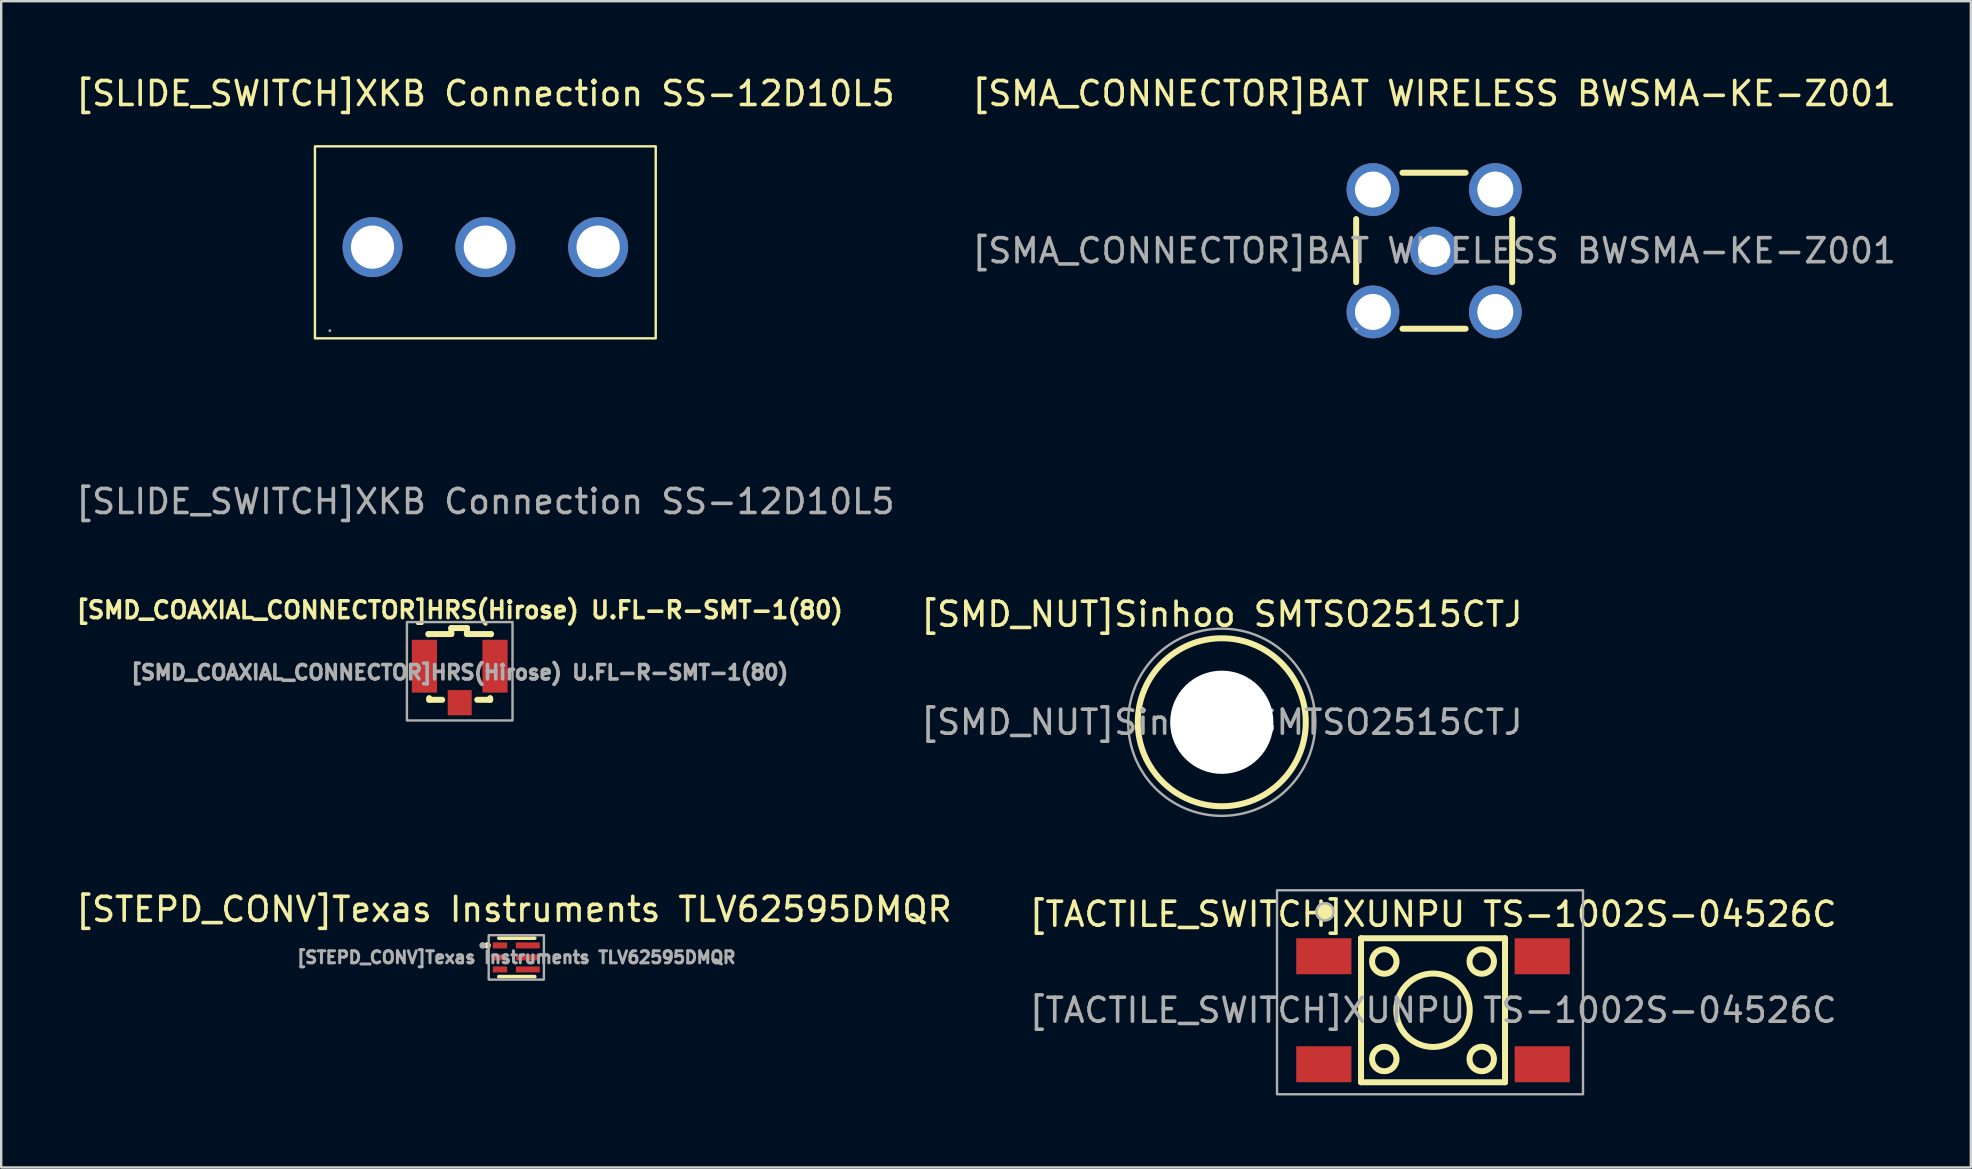
<source format=kicad_pcb>
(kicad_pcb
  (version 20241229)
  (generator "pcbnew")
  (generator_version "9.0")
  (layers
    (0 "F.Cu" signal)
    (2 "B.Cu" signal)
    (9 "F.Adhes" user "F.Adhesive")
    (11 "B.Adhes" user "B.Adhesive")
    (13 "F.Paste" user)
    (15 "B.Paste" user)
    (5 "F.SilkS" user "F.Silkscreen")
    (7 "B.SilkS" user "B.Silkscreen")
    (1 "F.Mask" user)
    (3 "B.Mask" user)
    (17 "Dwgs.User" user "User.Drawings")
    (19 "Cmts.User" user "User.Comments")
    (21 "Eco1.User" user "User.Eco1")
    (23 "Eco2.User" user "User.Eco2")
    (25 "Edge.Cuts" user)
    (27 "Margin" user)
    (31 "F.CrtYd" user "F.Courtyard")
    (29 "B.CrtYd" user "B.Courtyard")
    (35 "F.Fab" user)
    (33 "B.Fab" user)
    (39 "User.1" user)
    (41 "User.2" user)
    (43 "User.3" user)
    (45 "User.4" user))
  (footprint "[SLIDE_SWITCH]XKB Connection SS-12D10L5"
    (layer "F.Cu")
    (at 17.173 7.248)
    (property "Reference" "[SLIDE_SWITCH]XKB Connection SS-12D10L5" (at 0 -6.4 0) (layer "F.SilkS") (effects (font (size 1 1) (thickness 0.15))))
    (attr through_hole)
    (fp_rect (start -7.1 -4.2) (end 7.1 3.8) (stroke (width 0.1) (type default)) (fill no) (layer "F.SilkS"))
    (fp_circle (center -6.48 3.48) (end -6.45 3.48) (stroke (width 0.06) (type solid)) (fill no) (layer "F.Fab"))
    (fp_circle (center -4.7 0) (end -4.3 0) (stroke (width 0.8) (type solid)) (fill no) (layer "F.Fab"))
    (fp_circle (center 0 0) (end 0.4 0) (stroke (width 0.8) (type solid)) (fill no) (layer "F.Fab"))
    (fp_circle (center 4.7 0) (end 5.1 0) (stroke (width 0.8) (type solid)) (fill no) (layer "F.Fab"))
    (fp_text user "${REFERENCE}" (at 0 10.6 0) (layer "F.Fab") (effects (font (size 1 1) (thickness 0.15))))
    (pad "1" thru_hole circle (at -4.7 0) (size 2.5 2.5) (drill 1.8) (layers "*.Cu" "*.Mask"))
    (pad "2" thru_hole circle (at 0 0) (size 2.5 2.5) (drill 1.8) (layers "*.Cu" "*.Mask"))
    (pad "3" thru_hole circle (at 4.7 0) (size 2.5 2.5) (drill 1.8) (layers "*.Cu" "*.Mask")))
  (footprint "[SMA_CONNECTOR]BAT WIRELESS BWSMA-KE-Z001"
    (layer "F.Cu")
    (at 56.708 7.398)
    (property "Reference" "[SMA_CONNECTOR]BAT WIRELESS BWSMA-KE-Z001" (at 0 -6.55 0) (layer "F.SilkS") (effects (font (size 1 1) (thickness 0.15))))
    (attr through_hole)
    (fp_line (start -3.25 -1.32) (end -3.25 1.31) (stroke (width 0.25) (type solid)) (layer "F.SilkS"))
    (fp_line (start -1.32 3.25) (end 1.31 3.25) (stroke (width 0.25) (type solid)) (layer "F.SilkS"))
    (fp_line (start 1.31 -3.25) (end -1.32 -3.25) (stroke (width 0.25) (type solid)) (layer "F.SilkS"))
    (fp_line (start 3.25 1.31) (end 3.25 -1.32) (stroke (width 0.25) (type solid)) (layer "F.SilkS"))
    (fp_circle (center -3.25 3.25) (end -3.22 3.25) (stroke (width 0.06) (type solid)) (fill no) (layer "F.Fab"))
    (fp_circle (center 0 0) (end 0.21 0) (stroke (width 0.42) (type solid)) (fill no) (layer "F.Fab"))
    (fp_text user "${REFERENCE}" (at 0 0 0) (layer "F.Fab") (effects (font (size 1 1) (thickness 0.15))))
    (pad "1" thru_hole circle (at -2.55 2.55) (size 2.2 2.2) (drill 1.5) (layers "*.Cu" "*.Mask"))
    (pad "2" thru_hole circle (at -2.55 -2.55) (size 2.2 2.2) (drill 1.5) (layers "*.Cu" "*.Mask"))
    (pad "3" thru_hole circle (at 2.55 -2.55) (size 2.2 2.2) (drill 1.5) (layers "*.Cu" "*.Mask"))
    (pad "4" thru_hole circle (at 2.55 2.55) (size 2.2 2.2) (drill 1.5) (layers "*.Cu" "*.Mask"))
    (pad "5" thru_hole circle (at 0 0) (size 2 2) (drill 1.35) (layers "*.Cu" "*.Mask")))
  (footprint "[SMD_COAXIAL_CONNECTOR]HRS(Hirose) U.FL-R-SMT-1(80)"
    (layer "F.Cu")
    (at 16.105 25.469)
    (property "Reference" "[SMD_COAXIAL_CONNECTOR]HRS(Hirose) U.FL-R-SMT-1(80)" (at 0 -3.1 0) (layer "F.SilkS") (effects (font (size 0.7 0.7) (thickness 0.15))))
    (attr smd)
    (fp_line (start -1.3 -2.1) (end -0.35 -2.1) (stroke (width 0.25) (type solid)) (layer "F.SilkS"))
    (fp_line (start -1.3 -2.09) (end -1.3 -2.1) (stroke (width 0.25) (type solid)) (layer "F.SilkS"))
    (fp_line (start -1.27 0.57) (end -1.27 0.64) (stroke (width 0.25) (type solid)) (layer "F.SilkS"))
    (fp_line (start -1.27 0.64) (end -0.73 0.64) (stroke (width 0.25) (type solid)) (layer "F.SilkS"))
    (fp_line (start -0.35 -2.35) (end 0.3 -2.35) (stroke (width 0.25) (type solid)) (layer "F.SilkS"))
    (fp_line (start -0.35 -2.1) (end -0.35 -2.35) (stroke (width 0.25) (type solid)) (layer "F.SilkS"))
    (fp_line (start 0.3 -2.35) (end 0.3 -2.1) (stroke (width 0.25) (type solid)) (layer "F.SilkS"))
    (fp_line (start 0.3 -2.1) (end 1.3 -2.1) (stroke (width 0.25) (type solid)) (layer "F.SilkS"))
    (fp_line (start 0.73 0.64) (end 1.27 0.64) (stroke (width 0.25) (type solid)) (layer "F.SilkS"))
    (fp_line (start 1.27 0.64) (end 1.27 0.57) (stroke (width 0.25) (type solid)) (layer "F.SilkS"))
    (fp_line (start 1.3 -2.1) (end 1.3 -2.09) (stroke (width 0.25) (type solid)) (layer "F.SilkS"))
    (fp_rect (start -2.2 -2.6) (end 2.2 1.5) (stroke (width 0.1) (type default)) (fill no) (layer "F.Fab"))
    (fp_text user "${REFERENCE}" (at 0 -0.5 0) (layer "F.Fab") (effects (font (size 0.6 0.6) (thickness 0.15))))
    (pad "1" smd rect (at 0 0.76) (size 1 1.05) (layers "F.Cu" "F.Mask" "F.Paste"))
    (pad "2" smd rect (at -1.47 -0.76) (size 1.05 2.2) (layers "F.Cu" "F.Mask" "F.Paste"))
    (pad "2" smd rect (at 1.47 -0.76) (size 1.05 2.2) (layers "F.Cu" "F.Mask" "F.Paste")))
  (footprint "[STEPD_CONV]Texas Instruments TLV62595DMQR"
    (layer "F.Cu")
    (at 18.363 36.843)
    (property "Reference" "[STEPD_CONV]Texas Instruments TLV62595DMQR" (at 0 -2 0) (layer "F.SilkS") (effects (font (size 1 1) (thickness 0.15))))
    (attr smd)
    (fp_line (start -0.63 -0.8) (end 0.87 -0.8) (stroke (width 0.15) (type solid)) (layer "F.SilkS"))
    (fp_line (start -0.63 0.8) (end 0.87 0.8) (stroke (width 0.15) (type solid)) (layer "F.SilkS"))
    (fp_circle (center -1.1 -0.5) (end -1.03 -0.5) (stroke (width 0.14) (type solid)) (fill no) (layer "F.SilkS"))
    (fp_rect (start -1.05 -0.925) (end 1.25 0.925) (stroke (width 0.1) (type default)) (fill no) (layer "F.Fab"))
    (fp_circle (center -1.3 -0.5) (end -1.23 -0.5) (stroke (width 0.14) (type solid)) (fill no) (layer "F.Fab"))
    (fp_text user "${REFERENCE}" (at 0.1 0 0) (layer "F.Fab") (effects (font (size 0.5 0.5) (thickness 0.125))))
    (pad "1" smd rect (at -0.58 -0.5 90) (size 0.25 0.6) (layers "F.Cu" "F.Mask" "F.Paste"))
    (pad "2" smd rect (at -0.58 0 90) (size 0.25 0.6) (layers "F.Cu" "F.Mask" "F.Paste"))
    (pad "3" smd rect (at -0.58 0.5 90) (size 0.25 0.6) (layers "F.Cu" "F.Mask" "F.Paste"))
    (pad "4" smd rect (at 0.58 0.5 90) (size 0.25 1) (layers "F.Cu" "F.Mask" "F.Paste"))
    (pad "5" smd rect (at 0.58 0 90) (size 0.25 1) (layers "F.Cu" "F.Mask" "F.Paste"))
    (pad "6" smd rect (at 0.58 -0.5 90) (size 0.25 1) (layers "F.Cu" "F.Mask" "F.Paste")))
  (footprint "[SMD_NUT]Sinhoo SMTSO2515CTJ"
    (layer "F.Cu")
    (at 47.859 27.045)
    (property "Reference" "[SMD_NUT]Sinhoo SMTSO2515CTJ" (at 0 -4.5 0) (layer "F.SilkS") (effects (font (size 1 1) (thickness 0.15))))
    (attr smd)
    (fp_circle (center 0 0) (end 3.5 0) (stroke (width 0.25) (type solid)) (fill no) (layer "F.SilkS"))
    (fp_circle (center 0 0) (end 3.9 0) (stroke (width 0.1) (type solid)) (fill no) (layer "F.Fab"))
    (fp_text user "${REFERENCE}" (at 0 0 0) (layer "F.Fab") (effects (font (size 1 1) (thickness 0.15))))
    (pad "1" thru_hole circle (at 0 0) (size 6.4 6.4) (drill 4.3) (layers "*.Cu" "*.Paste" "*.Mask") (remove_unused_layers yes) (zone_layer_connections) (padstack (mode custom) (layer "B.Cu" (shape circle) (size 6.4 6.4)))))
  (footprint "[TACTILE_SWITCH]XUNPU TS-1002S-04526C"
    (layer "F.Cu")
    (at 56.661 39.045)
    (property "Reference" "[TACTILE_SWITCH]XUNPU TS-1002S-04526C" (at 0 -4 0) (layer "F.SilkS") (effects (font (size 1 1) (thickness 0.15))))
    (attr smd)
    (fp_line (start -3 -3) (end 3 -3) (stroke (width 0.25) (type solid)) (layer "F.SilkS"))
    (fp_line (start -3 3) (end -3 -3) (stroke (width 0.25) (type solid)) (layer "F.SilkS"))
    (fp_line (start 3 -3) (end 3 3) (stroke (width 0.25) (type solid)) (layer "F.SilkS"))
    (fp_line (start 3 3) (end -3 3) (stroke (width 0.25) (type solid)) (layer "F.SilkS"))
    (fp_circle (center -4.5 -4.104) (end -4.25 -3.854) (stroke (width 0.1) (type solid)) (fill yes) (layer "F.SilkS"))
    (fp_circle (center -2.03 -2.03) (end -1.52 -2.03) (stroke (width 0.25) (type solid)) (fill no) (layer "F.SilkS"))
    (fp_circle (center -2.03 2.03) (end -1.52 2.03) (stroke (width 0.25) (type solid)) (fill no) (layer "F.SilkS"))
    (fp_circle (center 0 0) (end 1.53 0) (stroke (width 0.25) (type solid)) (fill no) (layer "F.SilkS"))
    (fp_circle (center 2.03 -2.03) (end 2.54 -2.03) (stroke (width 0.25) (type solid)) (fill no) (layer "F.SilkS"))
    (fp_circle (center 2.03 2.03) (end 2.54 2.03) (stroke (width 0.25) (type solid)) (fill no) (layer "F.SilkS"))
    (fp_rect (start -6.5 -5) (end 6.25 3.5) (stroke (width 0.1) (type solid)) (fill no) (layer "F.Fab"))
    (fp_circle (center -4.5 -4.104) (end -4.25 -3.854) (stroke (width 0.1) (type solid)) (fill no) (layer "F.Fab"))
    (fp_text user "${REFERENCE}" (at 0 0 0) (layer "F.Fab") (effects (font (size 1 1) (thickness 0.15))))
    (pad "1" smd rect (at -4.55 -2.25) (size 2.3 1.5) (layers "F.Cu" "F.Mask" "F.Paste"))
    (pad "2" smd rect (at 4.55 -2.25) (size 2.3 1.5) (layers "F.Cu" "F.Mask" "F.Paste"))
    (pad "3" smd rect (at -4.55 2.25) (size 2.3 1.5) (layers "F.Cu" "F.Mask" "F.Paste"))
    (pad "4" smd rect (at 4.55 2.25) (size 2.3 1.5) (layers "F.Cu" "F.Mask" "F.Paste")))
  (gr_rect
    (start -3 -3)
    (end 79.071 45.595)
    (stroke (width 0.1) (type default))
    (fill no)
    (layer "Edge.Cuts")))
</source>
